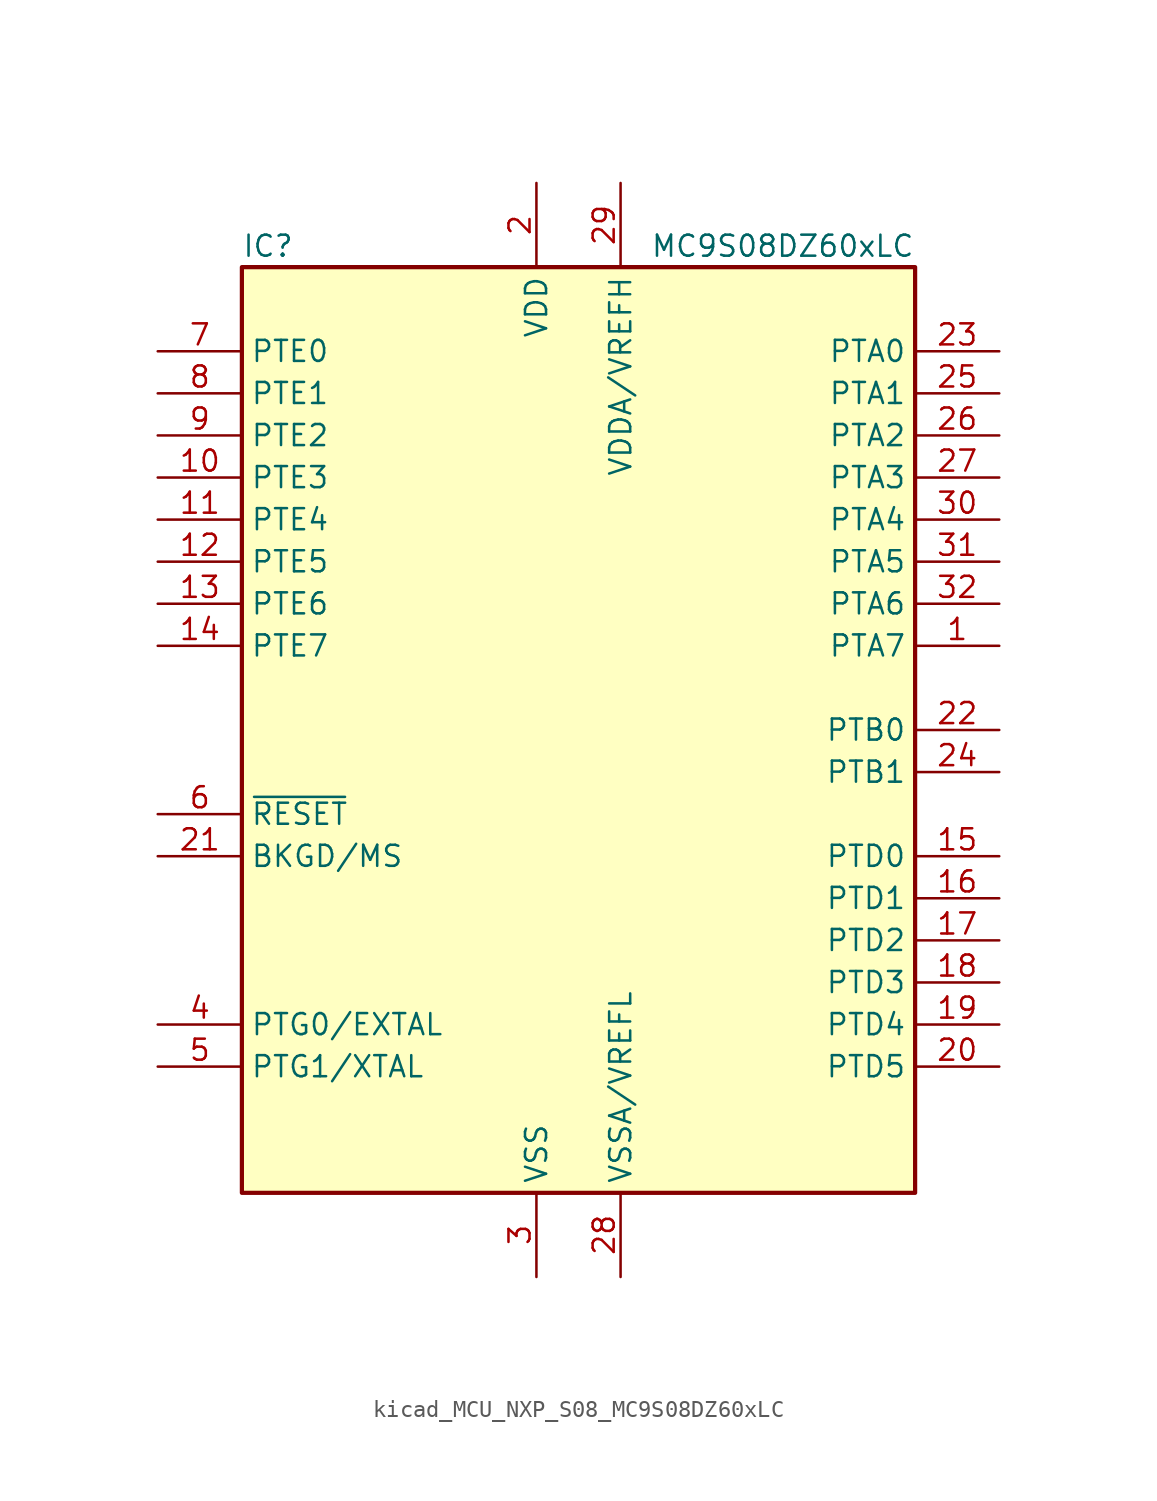
<source format=kicad_sym>
(kicad_symbol_lib
  (version 20220914)
  (generator kicad_symbol_editor)
  (symbol "kicad_MCU_NXP_S08_MC9S08DZ60xLC"
    (property "Reference" "IC"
      (at -20.32 29.21 0)
      (effects (font (size 1.27 1.27)) (justify left)))
    (property "Value" "MC9S08DZ60xLC"
      (at 20.32 29.21 0)
      (effects (font (size 1.27 1.27)) (justify right)))
    (symbol "kicad_MCU_NXP_S08_MC9S08DZ60xLC_0_1"
      (rectangle (start -20.32 27.94) (end 20.32 -27.94) (stroke (width 0.254) (type default)) (fill (type background))))
    (symbol "kicad_MCU_NXP_S08_MC9S08DZ60xLC_1_1"
      (pin bidirectional line (at 25.4 5.08 180) (length 5.08) (name "PTA7" (effects (font (size 1.27 1.27)))) (number "1" (effects (font (size 1.27 1.27)))))
      (pin bidirectional line (at -25.4 15.24 0) (length 5.08) (name "PTE3" (effects (font (size 1.27 1.27)))) (number "10" (effects (font (size 1.27 1.27)))))
      (pin bidirectional line (at -25.4 12.7 0) (length 5.08) (name "PTE4" (effects (font (size 1.27 1.27)))) (number "11" (effects (font (size 1.27 1.27)))))
      (pin bidirectional line (at -25.4 10.16 0) (length 5.08) (name "PTE5" (effects (font (size 1.27 1.27)))) (number "12" (effects (font (size 1.27 1.27)))))
      (pin bidirectional line (at -25.4 7.62 0) (length 5.08) (name "PTE6" (effects (font (size 1.27 1.27)))) (number "13" (effects (font (size 1.27 1.27)))))
      (pin bidirectional line (at -25.4 5.08 0) (length 5.08) (name "PTE7" (effects (font (size 1.27 1.27)))) (number "14" (effects (font (size 1.27 1.27)))))
      (pin bidirectional line (at 25.4 -7.62 180) (length 5.08) (name "PTD0" (effects (font (size 1.27 1.27)))) (number "15" (effects (font (size 1.27 1.27)))))
      (pin bidirectional line (at 25.4 -10.16 180) (length 5.08) (name "PTD1" (effects (font (size 1.27 1.27)))) (number "16" (effects (font (size 1.27 1.27)))))
      (pin bidirectional line (at 25.4 -12.7 180) (length 5.08) (name "PTD2" (effects (font (size 1.27 1.27)))) (number "17" (effects (font (size 1.27 1.27)))))
      (pin bidirectional line (at 25.4 -15.24 180) (length 5.08) (name "PTD3" (effects (font (size 1.27 1.27)))) (number "18" (effects (font (size 1.27 1.27)))))
      (pin bidirectional line (at 25.4 -17.78 180) (length 5.08) (name "PTD4" (effects (font (size 1.27 1.27)))) (number "19" (effects (font (size 1.27 1.27)))))
      (pin power_in line (at -2.54 33.02 270) (length 5.08) (name "VDD" (effects (font (size 1.27 1.27)))) (number "2" (effects (font (size 1.27 1.27)))))
      (pin bidirectional line (at 25.4 -20.32 180) (length 5.08) (name "PTD5" (effects (font (size 1.27 1.27)))) (number "20" (effects (font (size 1.27 1.27)))))
      (pin bidirectional line (at -25.4 -7.62 0) (length 5.08) (name "BKGD/MS" (effects (font (size 1.27 1.27)))) (number "21" (effects (font (size 1.27 1.27)))))
      (pin bidirectional line (at 25.4 0 180) (length 5.08) (name "PTB0" (effects (font (size 1.27 1.27)))) (number "22" (effects (font (size 1.27 1.27)))))
      (pin bidirectional line (at 25.4 22.86 180) (length 5.08) (name "PTA0" (effects (font (size 1.27 1.27)))) (number "23" (effects (font (size 1.27 1.27)))))
      (pin bidirectional line (at 25.4 -2.54 180) (length 5.08) (name "PTB1" (effects (font (size 1.27 1.27)))) (number "24" (effects (font (size 1.27 1.27)))))
      (pin bidirectional line (at 25.4 20.32 180) (length 5.08) (name "PTA1" (effects (font (size 1.27 1.27)))) (number "25" (effects (font (size 1.27 1.27)))))
      (pin bidirectional line (at 25.4 17.78 180) (length 5.08) (name "PTA2" (effects (font (size 1.27 1.27)))) (number "26" (effects (font (size 1.27 1.27)))))
      (pin bidirectional line (at 25.4 15.24 180) (length 5.08) (name "PTA3" (effects (font (size 1.27 1.27)))) (number "27" (effects (font (size 1.27 1.27)))))
      (pin power_in line (at 2.54 -33.02 90) (length 5.08) (name "VSSA/VREFL" (effects (font (size 1.27 1.27)))) (number "28" (effects (font (size 1.27 1.27)))))
      (pin power_in line (at 2.54 33.02 270) (length 5.08) (name "VDDA/VREFH" (effects (font (size 1.27 1.27)))) (number "29" (effects (font (size 1.27 1.27)))))
      (pin power_in line (at -2.54 -33.02 90) (length 5.08) (name "VSS" (effects (font (size 1.27 1.27)))) (number "3" (effects (font (size 1.27 1.27)))))
      (pin bidirectional line (at 25.4 12.7 180) (length 5.08) (name "PTA4" (effects (font (size 1.27 1.27)))) (number "30" (effects (font (size 1.27 1.27)))))
      (pin bidirectional line (at 25.4 10.16 180) (length 5.08) (name "PTA5" (effects (font (size 1.27 1.27)))) (number "31" (effects (font (size 1.27 1.27)))))
      (pin bidirectional line (at 25.4 7.62 180) (length 5.08) (name "PTA6" (effects (font (size 1.27 1.27)))) (number "32" (effects (font (size 1.27 1.27)))))
      (pin bidirectional line (at -25.4 -17.78 0) (length 5.08) (name "PTG0/EXTAL" (effects (font (size 1.27 1.27)))) (number "4" (effects (font (size 1.27 1.27)))))
      (pin bidirectional line (at -25.4 -20.32 0) (length 5.08) (name "PTG1/XTAL" (effects (font (size 1.27 1.27)))) (number "5" (effects (font (size 1.27 1.27)))))
      (pin input line (at -25.4 -5.08 0) (length 5.08) (name "~{RESET}" (effects (font (size 1.27 1.27)))) (number "6" (effects (font (size 1.27 1.27)))))
      (pin bidirectional line (at -25.4 22.86 0) (length 5.08) (name "PTE0" (effects (font (size 1.27 1.27)))) (number "7" (effects (font (size 1.27 1.27)))))
      (pin bidirectional line (at -25.4 20.32 0) (length 5.08) (name "PTE1" (effects (font (size 1.27 1.27)))) (number "8" (effects (font (size 1.27 1.27)))))
      (pin bidirectional line (at -25.4 17.78 0) (length 5.08) (name "PTE2" (effects (font (size 1.27 1.27)))) (number "9" (effects (font (size 1.27 1.27))))))))
</source>
